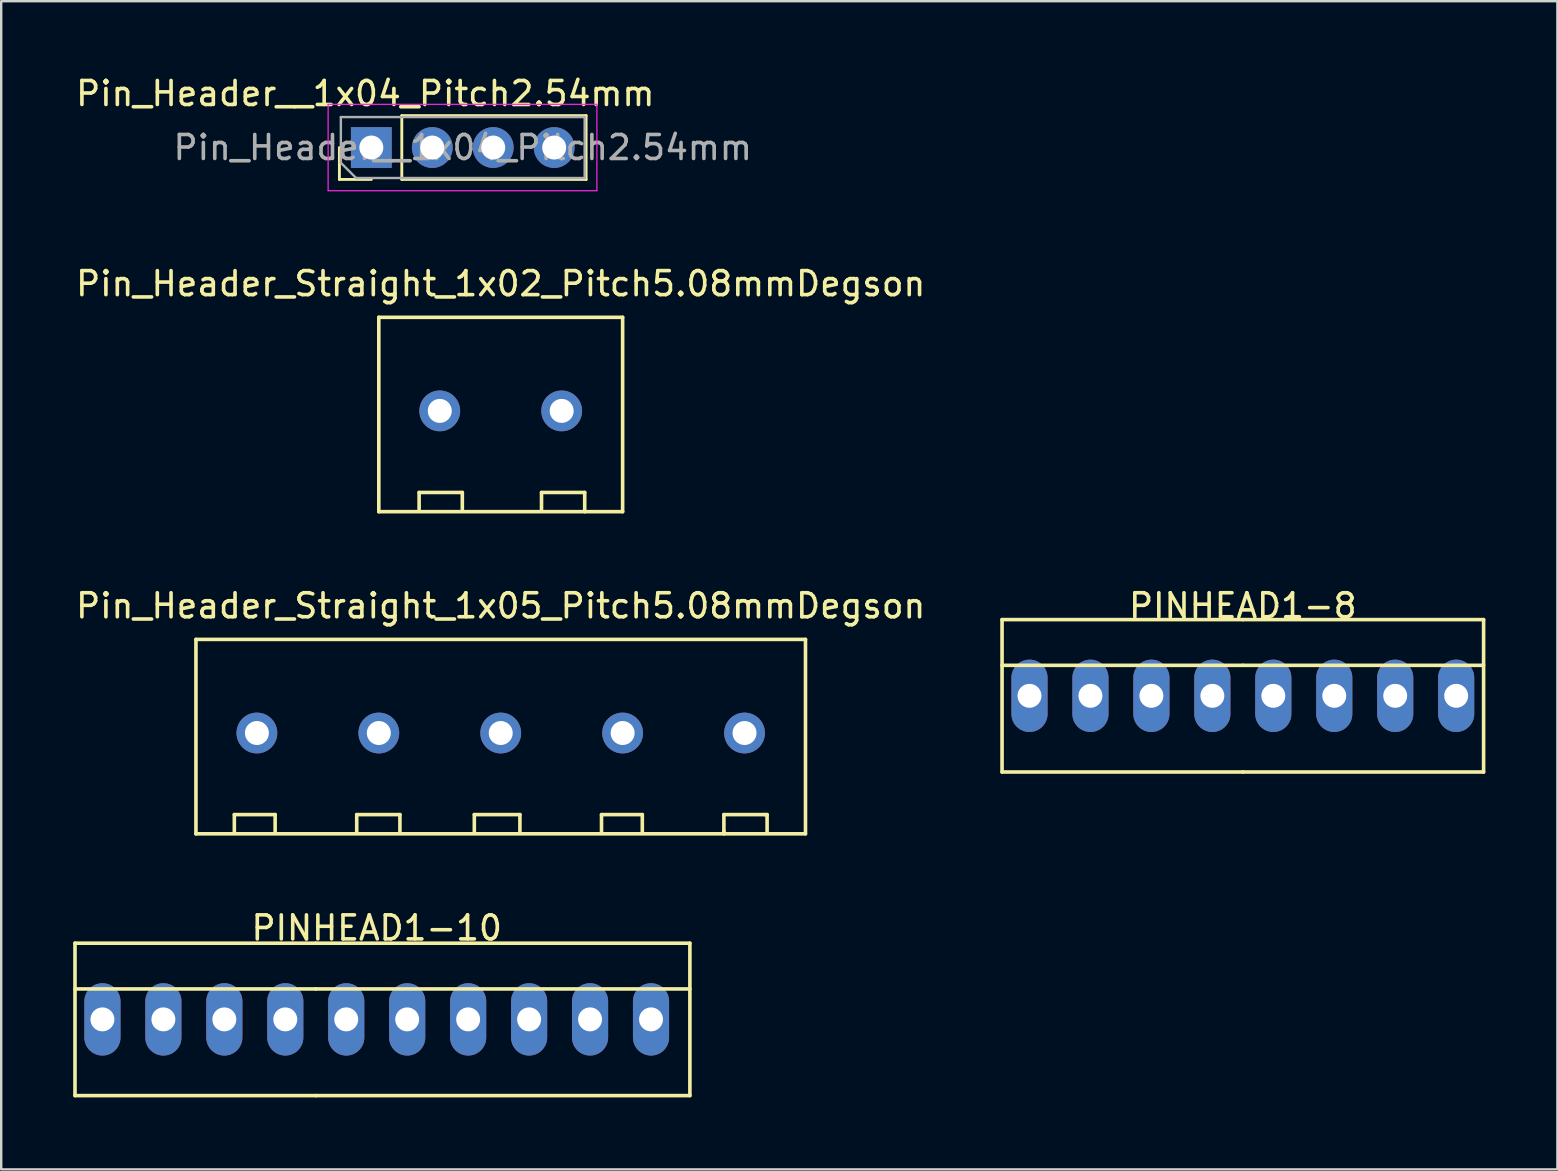
<source format=kicad_pcb>
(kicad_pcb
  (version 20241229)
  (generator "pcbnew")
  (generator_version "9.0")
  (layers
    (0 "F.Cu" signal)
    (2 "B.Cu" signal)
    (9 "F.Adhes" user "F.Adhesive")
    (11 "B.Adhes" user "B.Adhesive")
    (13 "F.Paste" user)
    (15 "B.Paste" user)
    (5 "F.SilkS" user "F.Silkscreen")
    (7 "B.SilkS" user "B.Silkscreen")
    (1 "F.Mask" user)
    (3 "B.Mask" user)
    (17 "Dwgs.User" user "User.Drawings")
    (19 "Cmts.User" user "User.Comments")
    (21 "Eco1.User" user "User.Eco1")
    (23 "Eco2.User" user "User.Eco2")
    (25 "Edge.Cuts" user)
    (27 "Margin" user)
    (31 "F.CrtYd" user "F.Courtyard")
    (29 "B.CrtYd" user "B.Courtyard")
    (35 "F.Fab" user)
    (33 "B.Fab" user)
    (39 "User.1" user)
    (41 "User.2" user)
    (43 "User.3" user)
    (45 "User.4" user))
  (footprint "Pin_Header__1x04_Pitch2.54mm"
    (layer "F.Cu")
    (at 16.233 3.098)
    (property "Reference" "Pin_Header__1x04_Pitch2.54mm" (at -4.06 -2.25 180) (layer "F.SilkS") (effects (font (size 1 1) (thickness 0.15))))
    (attr through_hole)
    (fp_line (start -5.14 1.33) (end -5.14 0) (stroke (width 0.12) (type solid)) (layer "F.SilkS"))
    (fp_line (start -3.81 1.33) (end -5.14 1.33) (stroke (width 0.12) (type solid)) (layer "F.SilkS"))
    (fp_line (start -2.54 -1.33) (end 5.14 -1.33) (stroke (width 0.12) (type solid)) (layer "F.SilkS"))
    (fp_line (start -2.54 1.33) (end -2.54 -1.33) (stroke (width 0.12) (type solid)) (layer "F.SilkS"))
    (fp_line (start -2.54 1.33) (end 5.14 1.33) (stroke (width 0.12) (type solid)) (layer "F.SilkS"))
    (fp_line (start 5.14 1.33) (end 5.14 -1.33) (stroke (width 0.12) (type solid)) (layer "F.SilkS"))
    (fp_line (start -5.61 -1.8) (end -5.61 1.8) (stroke (width 0.05) (type solid)) (layer "F.CrtYd"))
    (fp_line (start -5.61 1.8) (end 5.59 1.8) (stroke (width 0.05) (type solid)) (layer "F.CrtYd"))
    (fp_line (start 5.59 -1.8) (end -5.61 -1.8) (stroke (width 0.05) (type solid)) (layer "F.CrtYd"))
    (fp_line (start 5.59 1.8) (end 5.59 -1.8) (stroke (width 0.05) (type solid)) (layer "F.CrtYd"))
    (fp_line (start -5.08 -1.27) (end 5.08 -1.27) (stroke (width 0.1) (type solid)) (layer "F.Fab"))
    (fp_line (start -5.08 0.635) (end -5.08 -1.27) (stroke (width 0.1) (type solid)) (layer "F.Fab"))
    (fp_line (start -4.445 1.27) (end -5.08 0.635) (stroke (width 0.1) (type solid)) (layer "F.Fab"))
    (fp_line (start 5.08 -1.27) (end 5.08 1.27) (stroke (width 0.1) (type solid)) (layer "F.Fab"))
    (fp_line (start 5.08 1.27) (end -4.445 1.27) (stroke (width 0.1) (type solid)) (layer "F.Fab"))
    (fp_text user "${REFERENCE}" (at 0 0 180) (layer "F.Fab") (effects (font (size 1 1) (thickness 0.15))))
    (pad "1" thru_hole rect (at -3.81 0 90) (size 1.7 1.7) (drill 1) (layers "*.Cu" "*.Mask"))
    (pad "2" thru_hole oval (at -1.27 0 90) (size 1.7 1.7) (drill 1) (layers "*.Cu" "*.Mask"))
    (pad "3" thru_hole oval (at 1.27 0 90) (size 1.7 1.7) (drill 1) (layers "*.Cu" "*.Mask"))
    (pad "4" thru_hole oval (at 3.81 0 90) (size 1.7 1.7) (drill 1) (layers "*.Cu" "*.Mask")))
  (footprint "PINHEAD1-10"
    (layer "F.Cu")
    (at 12.648 39.428)
    (property "Reference" "PINHEAD1-10" (at 0 -3.81 0) (layer "F.SilkS") (effects (font (size 1 1) (thickness 0.15))))
    (attr exclude_from_pos_files exclude_from_bom)
    (fp_line (start -12.573 -3.175) (end -12.573 3.175) (stroke (width 0.15) (type solid)) (layer "F.SilkS"))
    (fp_line (start -12.573 -3.175) (end -2.54 -3.175) (stroke (width 0.15) (type solid)) (layer "F.SilkS"))
    (fp_line (start -12.573 3.175) (end -2.54 3.175) (stroke (width 0.15) (type solid)) (layer "F.SilkS"))
    (fp_line (start -2.54 -3.175) (end 13.05 -3.175) (stroke (width 0.15) (type solid)) (layer "F.SilkS"))
    (fp_line (start -2.54 -1.27) (end -12.573 -1.27) (stroke (width 0.15) (type solid)) (layer "F.SilkS"))
    (fp_line (start -2.54 -1.27) (end 13.05 -1.27) (stroke (width 0.15) (type solid)) (layer "F.SilkS"))
    (fp_line (start -2.54 3.175) (end 13.05 3.175) (stroke (width 0.15) (type solid)) (layer "F.SilkS"))
    (fp_line (start 13.05 -3.175) (end 13.05 3.175) (stroke (width 0.15) (type solid)) (layer "F.SilkS"))
    (pad "1" thru_hole oval (at -11.43 0) (size 1.506 3.015) (drill 0.998) (layers "*.Cu" "*.Mask"))
    (pad "2" thru_hole oval (at -8.89 0) (size 1.506 3.015) (drill 0.998) (layers "*.Cu" "*.Mask"))
    (pad "3" thru_hole oval (at -6.35 0) (size 1.506 3.015) (drill 0.998) (layers "*.Cu" "*.Mask"))
    (pad "4" thru_hole oval (at -3.81 0) (size 1.506 3.015) (drill 0.998) (layers "*.Cu" "*.Mask"))
    (pad "5" thru_hole oval (at -1.27 0) (size 1.506 3.015) (drill 0.998) (layers "*.Cu" "*.Mask"))
    (pad "6" thru_hole oval (at 1.27 0) (size 1.506 3.015) (drill 0.998) (layers "*.Cu" "*.Mask"))
    (pad "7" thru_hole oval (at 3.81 0) (size 1.506 3.015) (drill 0.998) (layers "*.Cu" "*.Mask"))
    (pad "8" thru_hole oval (at 6.35 0) (size 1.506 3.015) (drill 0.998) (layers "*.Cu" "*.Mask"))
    (pad "9" thru_hole oval (at 8.89 0) (size 1.506 3.015) (drill 0.998) (layers "*.Cu" "*.Mask"))
    (pad "10" thru_hole oval (at 11.43 0) (size 1.506 3.015) (drill 0.998) (layers "*.Cu" "*.Mask")))
  (footprint "Pin_Header_Straight_1x02_Pitch5.08mmDegson"
    (layer "F.Cu")
    (at 17.815 14.072)
    (property "Reference" "Pin_Header_Straight_1x02_Pitch5.08mmDegson" (at 0 -5.3 180) (layer "F.SilkS") (effects (font (size 1 1) (thickness 0.15))))
    (attr through_hole)
    (fp_line (start -5.08 -3.9) (end -5.08 4.2) (stroke (width 0.15) (type solid)) (layer "F.SilkS"))
    (fp_line (start -5.08 -3.9) (end 5.08 -3.9) (stroke (width 0.15) (type solid)) (layer "F.SilkS"))
    (fp_line (start -5.08 4.2) (end 5.08 4.2) (stroke (width 0.15) (type solid)) (layer "F.SilkS"))
    (fp_line (start -3.4 3.4) (end -3.4 4.1) (stroke (width 0.15) (type solid)) (layer "F.SilkS"))
    (fp_line (start -1.6 3.4) (end -3.4 3.4) (stroke (width 0.15) (type solid)) (layer "F.SilkS"))
    (fp_line (start -1.6 3.4) (end -1.6 4.1) (stroke (width 0.15) (type solid)) (layer "F.SilkS"))
    (fp_line (start 1.7 3.4) (end 3.5 3.4) (stroke (width 0.15) (type solid)) (layer "F.SilkS"))
    (fp_line (start 1.7 4.1) (end 1.7 3.4) (stroke (width 0.15) (type solid)) (layer "F.SilkS"))
    (fp_line (start 3.5 3.4) (end 3.5 4.2) (stroke (width 0.15) (type solid)) (layer "F.SilkS"))
    (fp_line (start 5.08 4.2) (end 5.08 -3.9) (stroke (width 0.15) (type solid)) (layer "F.SilkS"))
    (pad "1" thru_hole oval (at 2.54 0) (size 1.7 1.7) (drill 1) (layers "*.Cu" "*.Mask"))
    (pad "2" thru_hole oval (at -2.54 0) (size 1.7 1.7) (drill 1) (layers "*.Cu" "*.Mask")))
  (footprint "Pin_Header_Straight_1x05_Pitch5.08mmDegson"
    (layer "F.Cu")
    (at 17.815 27.495)
    (property "Reference" "Pin_Header_Straight_1x05_Pitch5.08mmDegson" (at 0 -5.3 180) (layer "F.SilkS") (effects (font (size 1 1) (thickness 0.15))))
    (attr through_hole)
    (fp_line (start -12.7 -3.9) (end -12.7 4.2) (stroke (width 0.15) (type solid)) (layer "F.SilkS"))
    (fp_line (start -12.7 -3.9) (end 12.7 -3.9) (stroke (width 0.15) (type solid)) (layer "F.SilkS"))
    (fp_line (start -12.7 4.2) (end 12.7 4.2) (stroke (width 0.15) (type solid)) (layer "F.SilkS"))
    (fp_line (start -11.1 3.4) (end -9.4 3.4) (stroke (width 0.15) (type solid)) (layer "F.SilkS"))
    (fp_line (start -11.1 4.1) (end -11.1 3.4) (stroke (width 0.15) (type solid)) (layer "F.SilkS"))
    (fp_line (start -9.4 3.4) (end -9.4 4.1) (stroke (width 0.15) (type solid)) (layer "F.SilkS"))
    (fp_line (start -6 3.4) (end -4.2 3.4) (stroke (width 0.15) (type solid)) (layer "F.SilkS"))
    (fp_line (start -6 4.1) (end -6 3.4) (stroke (width 0.15) (type solid)) (layer "F.SilkS"))
    (fp_line (start -4.2 3.4) (end -4.2 4.1) (stroke (width 0.15) (type solid)) (layer "F.SilkS"))
    (fp_line (start -1.1 3.4) (end 0.8 3.4) (stroke (width 0.15) (type solid)) (layer "F.SilkS"))
    (fp_line (start -1.1 4.1) (end -1.1 3.4) (stroke (width 0.15) (type solid)) (layer "F.SilkS"))
    (fp_line (start 0.8 3.4) (end 0.8 4.1) (stroke (width 0.15) (type solid)) (layer "F.SilkS"))
    (fp_line (start 4.2 3.4) (end 5.9 3.4) (stroke (width 0.15) (type solid)) (layer "F.SilkS"))
    (fp_line (start 4.2 4.1) (end 4.2 3.4) (stroke (width 0.15) (type solid)) (layer "F.SilkS"))
    (fp_line (start 5.9 3.4) (end 5.9 4.1) (stroke (width 0.15) (type solid)) (layer "F.SilkS"))
    (fp_line (start 9.3 3.4) (end 9.3 4.1) (stroke (width 0.15) (type solid)) (layer "F.SilkS"))
    (fp_line (start 9.3 3.4) (end 11 3.4) (stroke (width 0.15) (type solid)) (layer "F.SilkS"))
    (fp_line (start 9.3 4.1) (end 9.3 4.2) (stroke (width 0.15) (type solid)) (layer "F.SilkS"))
    (fp_line (start 11 3.4) (end 11.1 3.4) (stroke (width 0.15) (type solid)) (layer "F.SilkS"))
    (fp_line (start 11.1 3.4) (end 11.1 4.1) (stroke (width 0.15) (type solid)) (layer "F.SilkS"))
    (fp_line (start 12.7 4.2) (end 12.7 -3.9) (stroke (width 0.15) (type solid)) (layer "F.SilkS"))
    (pad "1" thru_hole oval (at 10.16 0) (size 1.7 1.7) (drill 1) (layers "*.Cu" "*.Mask"))
    (pad "2" thru_hole oval (at 5.08 0) (size 1.7 1.7) (drill 1) (layers "*.Cu" "*.Mask"))
    (pad "3" thru_hole oval (at 0 0) (size 1.7 1.7) (drill 1) (layers "*.Cu" "*.Mask"))
    (pad "4" thru_hole oval (at -5.08 0) (size 1.7 1.7) (drill 1) (layers "*.Cu" "*.Mask"))
    (pad "5" thru_hole oval (at -10.16 0) (size 1.7 1.7) (drill 1) (layers "*.Cu" "*.Mask")))
  (footprint "PINHEAD1-8"
    (layer "F.Cu")
    (at 48.739 25.945)
    (property "Reference" "PINHEAD1-8" (at 0 -3.75 0) (layer "F.SilkS") (effects (font (size 1 1) (thickness 0.15))))
    (attr exclude_from_pos_files exclude_from_bom)
    (fp_line (start -10.033 -3.175) (end -10.033 3.175) (stroke (width 0.15) (type solid)) (layer "F.SilkS"))
    (fp_line (start -10.033 -3.175) (end 0 -3.175) (stroke (width 0.15) (type solid)) (layer "F.SilkS"))
    (fp_line (start -10.033 3.175) (end 0 3.175) (stroke (width 0.15) (type solid)) (layer "F.SilkS"))
    (fp_line (start 0 -3.175) (end 10.033 -3.175) (stroke (width 0.15) (type solid)) (layer "F.SilkS"))
    (fp_line (start 0 -1.27) (end -10.033 -1.27) (stroke (width 0.15) (type solid)) (layer "F.SilkS"))
    (fp_line (start 0 -1.27) (end 10.033 -1.27) (stroke (width 0.15) (type solid)) (layer "F.SilkS"))
    (fp_line (start 0 3.175) (end 10.033 3.175) (stroke (width 0.15) (type solid)) (layer "F.SilkS"))
    (fp_line (start 10.033 -3.175) (end 10.033 3.175) (stroke (width 0.15) (type solid)) (layer "F.SilkS"))
    (pad "1" thru_hole oval (at -8.89 0) (size 1.506 3.015) (drill 0.998) (layers "*.Cu" "*.Mask"))
    (pad "2" thru_hole oval (at -6.35 0) (size 1.506 3.015) (drill 0.998) (layers "*.Cu" "*.Mask"))
    (pad "3" thru_hole oval (at -3.81 0) (size 1.506 3.015) (drill 0.998) (layers "*.Cu" "*.Mask"))
    (pad "4" thru_hole oval (at -1.27 0) (size 1.506 3.015) (drill 0.998) (layers "*.Cu" "*.Mask"))
    (pad "5" thru_hole oval (at 1.27 0) (size 1.506 3.015) (drill 0.998) (layers "*.Cu" "*.Mask"))
    (pad "6" thru_hole oval (at 3.81 0) (size 1.506 3.015) (drill 0.998) (layers "*.Cu" "*.Mask"))
    (pad "7" thru_hole oval (at 6.35 0) (size 1.506 3.015) (drill 0.998) (layers "*.Cu" "*.Mask"))
    (pad "8" thru_hole oval (at 8.89 0) (size 1.506 3.015) (drill 0.998) (layers "*.Cu" "*.Mask")))
  (gr_rect
    (start -3 -3)
    (end 61.847 45.678)
    (stroke (width 0.1) (type default))
    (fill no)
    (layer "Edge.Cuts")))
</source>
